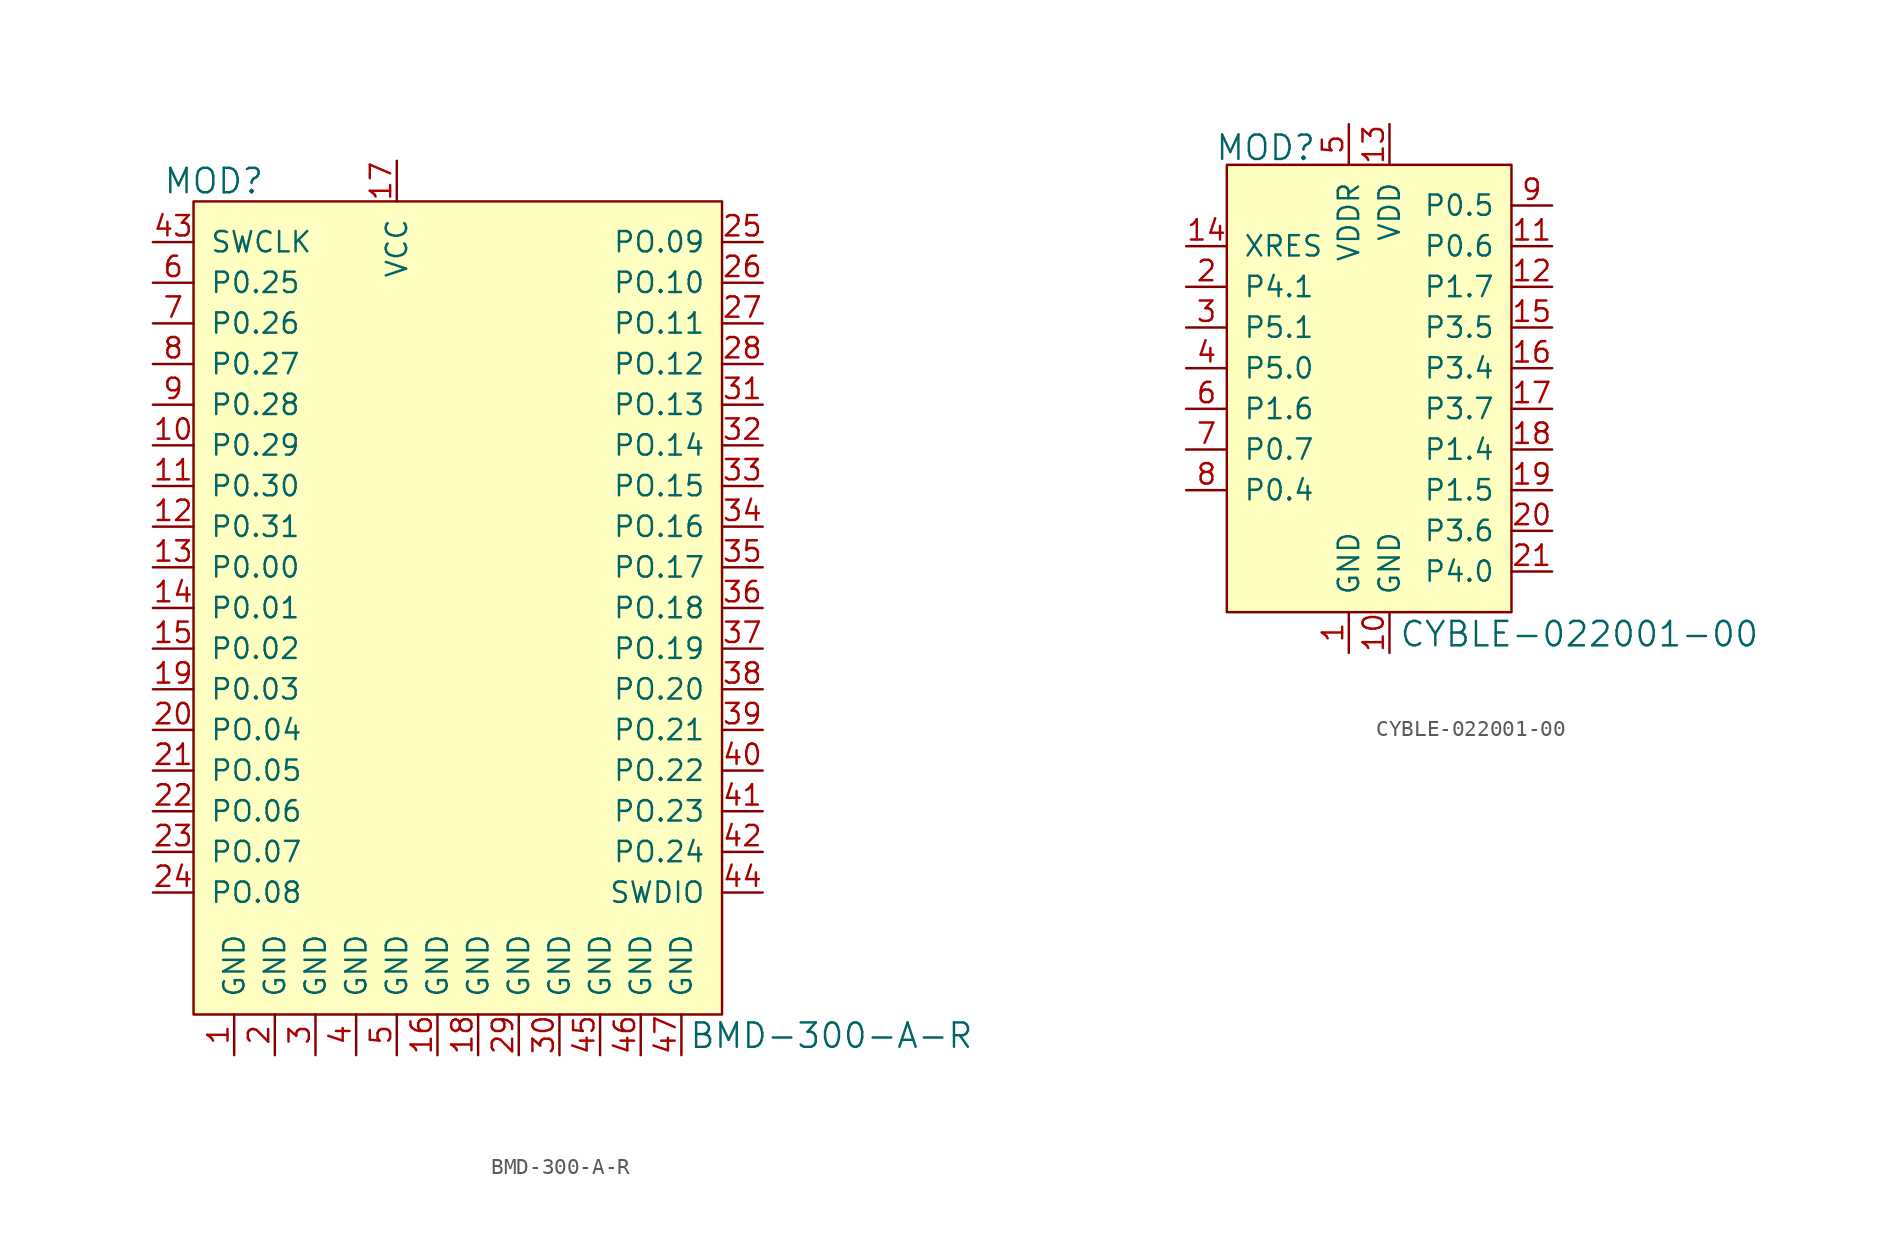
<source format=kicad_sym>
(kicad_symbol_lib
  (version 20201005)
  (generator kicad_symbol_editor)
  (symbol "BMD-300-A-R"
    (pin_names
      (offset 1.016))
    (property "Reference" "MOD"
      (at -13.97 29.21 0)
      (effects (font (size 1.524 1.524))))
    (property "Value" "BMD-300-A-R"
      (at 15.697 -24.181 0)
      (effects (font (size 1.524 1.524)) (justify left)))
    (symbol "BMD-300-A-R_0_1"
      (rectangle (start -15.24 27.94) (end 17.78 -22.86) (stroke (width 0)) (fill (type background))))
    (symbol "BMD-300-A-R_1_1"
      (pin power_in line (at -12.7 -25.4 90) (length 2.54) (name "GND" (effects (font (size 1.27 1.27)))) (number "1" (effects (font (size 1.27 1.27)))))
      (pin power_in line (at -10.16 -25.4 90) (length 2.54) (name "GND" (effects (font (size 1.27 1.27)))) (number "2" (effects (font (size 1.27 1.27)))))
      (pin power_in line (at -7.62 -25.4 90) (length 2.54) (name "GND" (effects (font (size 1.27 1.27)))) (number "3" (effects (font (size 1.27 1.27)))))
      (pin power_in line (at -5.08 -25.4 90) (length 2.54) (name "GND" (effects (font (size 1.27 1.27)))) (number "4" (effects (font (size 1.27 1.27)))))
      (pin power_in line (at -2.54 -25.4 90) (length 2.54) (name "GND" (effects (font (size 1.27 1.27)))) (number "5" (effects (font (size 1.27 1.27)))))
      (pin bidirectional line (at -17.78 22.86 0) (length 2.54) (name "P0.25" (effects (font (size 1.27 1.27)))) (number "6" (effects (font (size 1.27 1.27)))))
      (pin bidirectional line (at -17.78 20.32 0) (length 2.54) (name "P0.26" (effects (font (size 1.27 1.27)))) (number "7" (effects (font (size 1.27 1.27)))))
      (pin bidirectional line (at -17.78 17.78 0) (length 2.54) (name "P0.27" (effects (font (size 1.27 1.27)))) (number "8" (effects (font (size 1.27 1.27)))))
      (pin bidirectional line (at -17.78 15.24 0) (length 2.54) (name "P0.28" (effects (font (size 1.27 1.27)))) (number "9" (effects (font (size 1.27 1.27)))))
      (pin bidirectional line (at -17.78 12.7 0) (length 2.54) (name "P0.29" (effects (font (size 1.27 1.27)))) (number "10" (effects (font (size 1.27 1.27)))))
      (pin bidirectional line (at -17.78 -5.08 0) (length 2.54) (name "PO.04" (effects (font (size 1.27 1.27)))) (number "20" (effects (font (size 1.27 1.27)))))
      (pin power_in line (at 7.62 -25.4 90) (length 2.54) (name "GND" (effects (font (size 1.27 1.27)))) (number "30" (effects (font (size 1.27 1.27)))))
      (pin bidirectional line (at 20.32 -7.62 180) (length 2.54) (name "PO.22" (effects (font (size 1.27 1.27)))) (number "40" (effects (font (size 1.27 1.27)))))
      (pin bidirectional line (at -17.78 10.16 0) (length 2.54) (name "P0.30" (effects (font (size 1.27 1.27)))) (number "11" (effects (font (size 1.27 1.27)))))
      (pin bidirectional line (at -17.78 -7.62 0) (length 2.54) (name "PO.05" (effects (font (size 1.27 1.27)))) (number "21" (effects (font (size 1.27 1.27)))))
      (pin bidirectional line (at 20.32 15.24 180) (length 2.54) (name "PO.13" (effects (font (size 1.27 1.27)))) (number "31" (effects (font (size 1.27 1.27)))))
      (pin bidirectional line (at 20.32 -10.16 180) (length 2.54) (name "PO.23" (effects (font (size 1.27 1.27)))) (number "41" (effects (font (size 1.27 1.27)))))
      (pin bidirectional line (at -17.78 7.62 0) (length 2.54) (name "P0.31" (effects (font (size 1.27 1.27)))) (number "12" (effects (font (size 1.27 1.27)))))
      (pin bidirectional line (at -17.78 -10.16 0) (length 2.54) (name "PO.06" (effects (font (size 1.27 1.27)))) (number "22" (effects (font (size 1.27 1.27)))))
      (pin bidirectional line (at 20.32 12.7 180) (length 2.54) (name "PO.14" (effects (font (size 1.27 1.27)))) (number "32" (effects (font (size 1.27 1.27)))))
      (pin bidirectional line (at 20.32 -12.7 180) (length 2.54) (name "PO.24" (effects (font (size 1.27 1.27)))) (number "42" (effects (font (size 1.27 1.27)))))
      (pin bidirectional line (at -17.78 5.08 0) (length 2.54) (name "P0.00" (effects (font (size 1.27 1.27)))) (number "13" (effects (font (size 1.27 1.27)))))
      (pin bidirectional line (at -17.78 -12.7 0) (length 2.54) (name "PO.07" (effects (font (size 1.27 1.27)))) (number "23" (effects (font (size 1.27 1.27)))))
      (pin bidirectional line (at 20.32 10.16 180) (length 2.54) (name "PO.15" (effects (font (size 1.27 1.27)))) (number "33" (effects (font (size 1.27 1.27)))))
      (pin input line (at -17.78 25.4 0) (length 2.54) (name "SWCLK" (effects (font (size 1.27 1.27)))) (number "43" (effects (font (size 1.27 1.27)))))
      (pin bidirectional line (at -17.78 2.54 0) (length 2.54) (name "P0.01" (effects (font (size 1.27 1.27)))) (number "14" (effects (font (size 1.27 1.27)))))
      (pin bidirectional line (at -17.78 -15.24 0) (length 2.54) (name "PO.08" (effects (font (size 1.27 1.27)))) (number "24" (effects (font (size 1.27 1.27)))))
      (pin bidirectional line (at 20.32 7.62 180) (length 2.54) (name "PO.16" (effects (font (size 1.27 1.27)))) (number "34" (effects (font (size 1.27 1.27)))))
      (pin bidirectional line (at 20.32 -15.24 180) (length 2.54) (name "SWDIO" (effects (font (size 1.27 1.27)))) (number "44" (effects (font (size 1.27 1.27)))))
      (pin bidirectional line (at -17.78 0 0) (length 2.54) (name "P0.02" (effects (font (size 1.27 1.27)))) (number "15" (effects (font (size 1.27 1.27)))))
      (pin bidirectional line (at 20.32 25.4 180) (length 2.54) (name "PO.09" (effects (font (size 1.27 1.27)))) (number "25" (effects (font (size 1.27 1.27)))))
      (pin bidirectional line (at 20.32 5.08 180) (length 2.54) (name "PO.17" (effects (font (size 1.27 1.27)))) (number "35" (effects (font (size 1.27 1.27)))))
      (pin power_in line (at 10.16 -25.4 90) (length 2.54) (name "GND" (effects (font (size 1.27 1.27)))) (number "45" (effects (font (size 1.27 1.27)))))
      (pin power_in line (at 0 -25.4 90) (length 2.54) (name "GND" (effects (font (size 1.27 1.27)))) (number "16" (effects (font (size 1.27 1.27)))))
      (pin bidirectional line (at 20.32 22.86 180) (length 2.54) (name "PO.10" (effects (font (size 1.27 1.27)))) (number "26" (effects (font (size 1.27 1.27)))))
      (pin bidirectional line (at 20.32 2.54 180) (length 2.54) (name "PO.18" (effects (font (size 1.27 1.27)))) (number "36" (effects (font (size 1.27 1.27)))))
      (pin power_in line (at 12.7 -25.4 90) (length 2.54) (name "GND" (effects (font (size 1.27 1.27)))) (number "46" (effects (font (size 1.27 1.27)))))
      (pin power_in line (at -2.54 30.48 270) (length 2.54) (name "VCC" (effects (font (size 1.27 1.27)))) (number "17" (effects (font (size 1.27 1.27)))))
      (pin bidirectional line (at 20.32 20.32 180) (length 2.54) (name "PO.11" (effects (font (size 1.27 1.27)))) (number "27" (effects (font (size 1.27 1.27)))))
      (pin bidirectional line (at 20.32 0 180) (length 2.54) (name "PO.19" (effects (font (size 1.27 1.27)))) (number "37" (effects (font (size 1.27 1.27)))))
      (pin power_in line (at 15.24 -25.4 90) (length 2.54) (name "GND" (effects (font (size 1.27 1.27)))) (number "47" (effects (font (size 1.27 1.27)))))
      (pin power_in line (at 2.54 -25.4 90) (length 2.54) (name "GND" (effects (font (size 1.27 1.27)))) (number "18" (effects (font (size 1.27 1.27)))))
      (pin bidirectional line (at 20.32 17.78 180) (length 2.54) (name "PO.12" (effects (font (size 1.27 1.27)))) (number "28" (effects (font (size 1.27 1.27)))))
      (pin bidirectional line (at 20.32 -2.54 180) (length 2.54) (name "PO.20" (effects (font (size 1.27 1.27)))) (number "38" (effects (font (size 1.27 1.27)))))
      (pin bidirectional line (at -17.78 -2.54 0) (length 2.54) (name "P0.03" (effects (font (size 1.27 1.27)))) (number "19" (effects (font (size 1.27 1.27)))))
      (pin power_in line (at 5.08 -25.4 90) (length 2.54) (name "GND" (effects (font (size 1.27 1.27)))) (number "29" (effects (font (size 1.27 1.27)))))
      (pin bidirectional line (at 20.32 -5.08 180) (length 2.54) (name "PO.21" (effects (font (size 1.27 1.27)))) (number "39" (effects (font (size 1.27 1.27)))))))
  (symbol "CYBLE-022001-00"
    (pin_names
      (offset 1.016))
    (property "Reference" "MOD"
      (at -4.547 8.687 0)
      (effects (font (size 1.524 1.524)) (justify right)))
    (property "Value" "CYBLE-022001-00"
      (at 0.584 -21.692 0)
      (effects (font (size 1.524 1.524)) (justify left)))
    (symbol "CYBLE-022001-00_0_1"
      (rectangle (start -10.16 7.62) (end 7.62 -20.32) (stroke (width 0)) (fill (type background))))
    (symbol "CYBLE-022001-00_1_1"
      (pin power_in line (at -2.54 -22.86 90) (length 2.54) (name "GND" (effects (font (size 1.27 1.27)))) (number "1" (effects (font (size 1.27 1.27)))))
      (pin bidirectional line (at -12.7 0 0) (length 2.54) (name "P4.1" (effects (font (size 1.27 1.27)))) (number "2" (effects (font (size 1.27 1.27)))))
      (pin bidirectional line (at -12.7 -2.54 0) (length 2.54) (name "P5.1" (effects (font (size 1.27 1.27)))) (number "3" (effects (font (size 1.27 1.27)))))
      (pin bidirectional line (at -12.7 -5.08 0) (length 2.54) (name "P5.0" (effects (font (size 1.27 1.27)))) (number "4" (effects (font (size 1.27 1.27)))))
      (pin power_in line (at -2.54 10.16 270) (length 2.54) (name "VDDR" (effects (font (size 1.27 1.27)))) (number "5" (effects (font (size 1.27 1.27)))))
      (pin bidirectional line (at -12.7 -7.62 0) (length 2.54) (name "P1.6" (effects (font (size 1.27 1.27)))) (number "6" (effects (font (size 1.27 1.27)))))
      (pin bidirectional line (at -12.7 -10.16 0) (length 2.54) (name "P0.7" (effects (font (size 1.27 1.27)))) (number "7" (effects (font (size 1.27 1.27)))))
      (pin bidirectional line (at -12.7 -12.7 0) (length 2.54) (name "P0.4" (effects (font (size 1.27 1.27)))) (number "8" (effects (font (size 1.27 1.27)))))
      (pin bidirectional line (at 10.16 5.08 180) (length 2.54) (name "P0.5" (effects (font (size 1.27 1.27)))) (number "9" (effects (font (size 1.27 1.27)))))
      (pin power_in line (at 0 -22.86 90) (length 2.54) (name "GND" (effects (font (size 1.27 1.27)))) (number "10" (effects (font (size 1.27 1.27)))))
      (pin bidirectional line (at 10.16 -15.24 180) (length 2.54) (name "P3.6" (effects (font (size 1.27 1.27)))) (number "20" (effects (font (size 1.27 1.27)))))
      (pin bidirectional line (at 10.16 2.54 180) (length 2.54) (name "P0.6" (effects (font (size 1.27 1.27)))) (number "11" (effects (font (size 1.27 1.27)))))
      (pin bidirectional line (at 10.16 -17.78 180) (length 2.54) (name "P4.0" (effects (font (size 1.27 1.27)))) (number "21" (effects (font (size 1.27 1.27)))))
      (pin bidirectional line (at 10.16 0 180) (length 2.54) (name "P1.7" (effects (font (size 1.27 1.27)))) (number "12" (effects (font (size 1.27 1.27)))))
      (pin power_in line (at 0 10.16 270) (length 2.54) (name "VDD" (effects (font (size 1.27 1.27)))) (number "13" (effects (font (size 1.27 1.27)))))
      (pin input line (at -12.7 2.54 0) (length 2.54) (name "XRES" (effects (font (size 1.27 1.27)))) (number "14" (effects (font (size 1.27 1.27)))))
      (pin bidirectional line (at 10.16 -2.54 180) (length 2.54) (name "P3.5" (effects (font (size 1.27 1.27)))) (number "15" (effects (font (size 1.27 1.27)))))
      (pin bidirectional line (at 10.16 -5.08 180) (length 2.54) (name "P3.4" (effects (font (size 1.27 1.27)))) (number "16" (effects (font (size 1.27 1.27)))))
      (pin bidirectional line (at 10.16 -7.62 180) (length 2.54) (name "P3.7" (effects (font (size 1.27 1.27)))) (number "17" (effects (font (size 1.27 1.27)))))
      (pin bidirectional line (at 10.16 -10.16 180) (length 2.54) (name "P1.4" (effects (font (size 1.27 1.27)))) (number "18" (effects (font (size 1.27 1.27)))))
      (pin bidirectional line (at 10.16 -12.7 180) (length 2.54) (name "P1.5" (effects (font (size 1.27 1.27)))) (number "19" (effects (font (size 1.27 1.27))))))))
</source>
